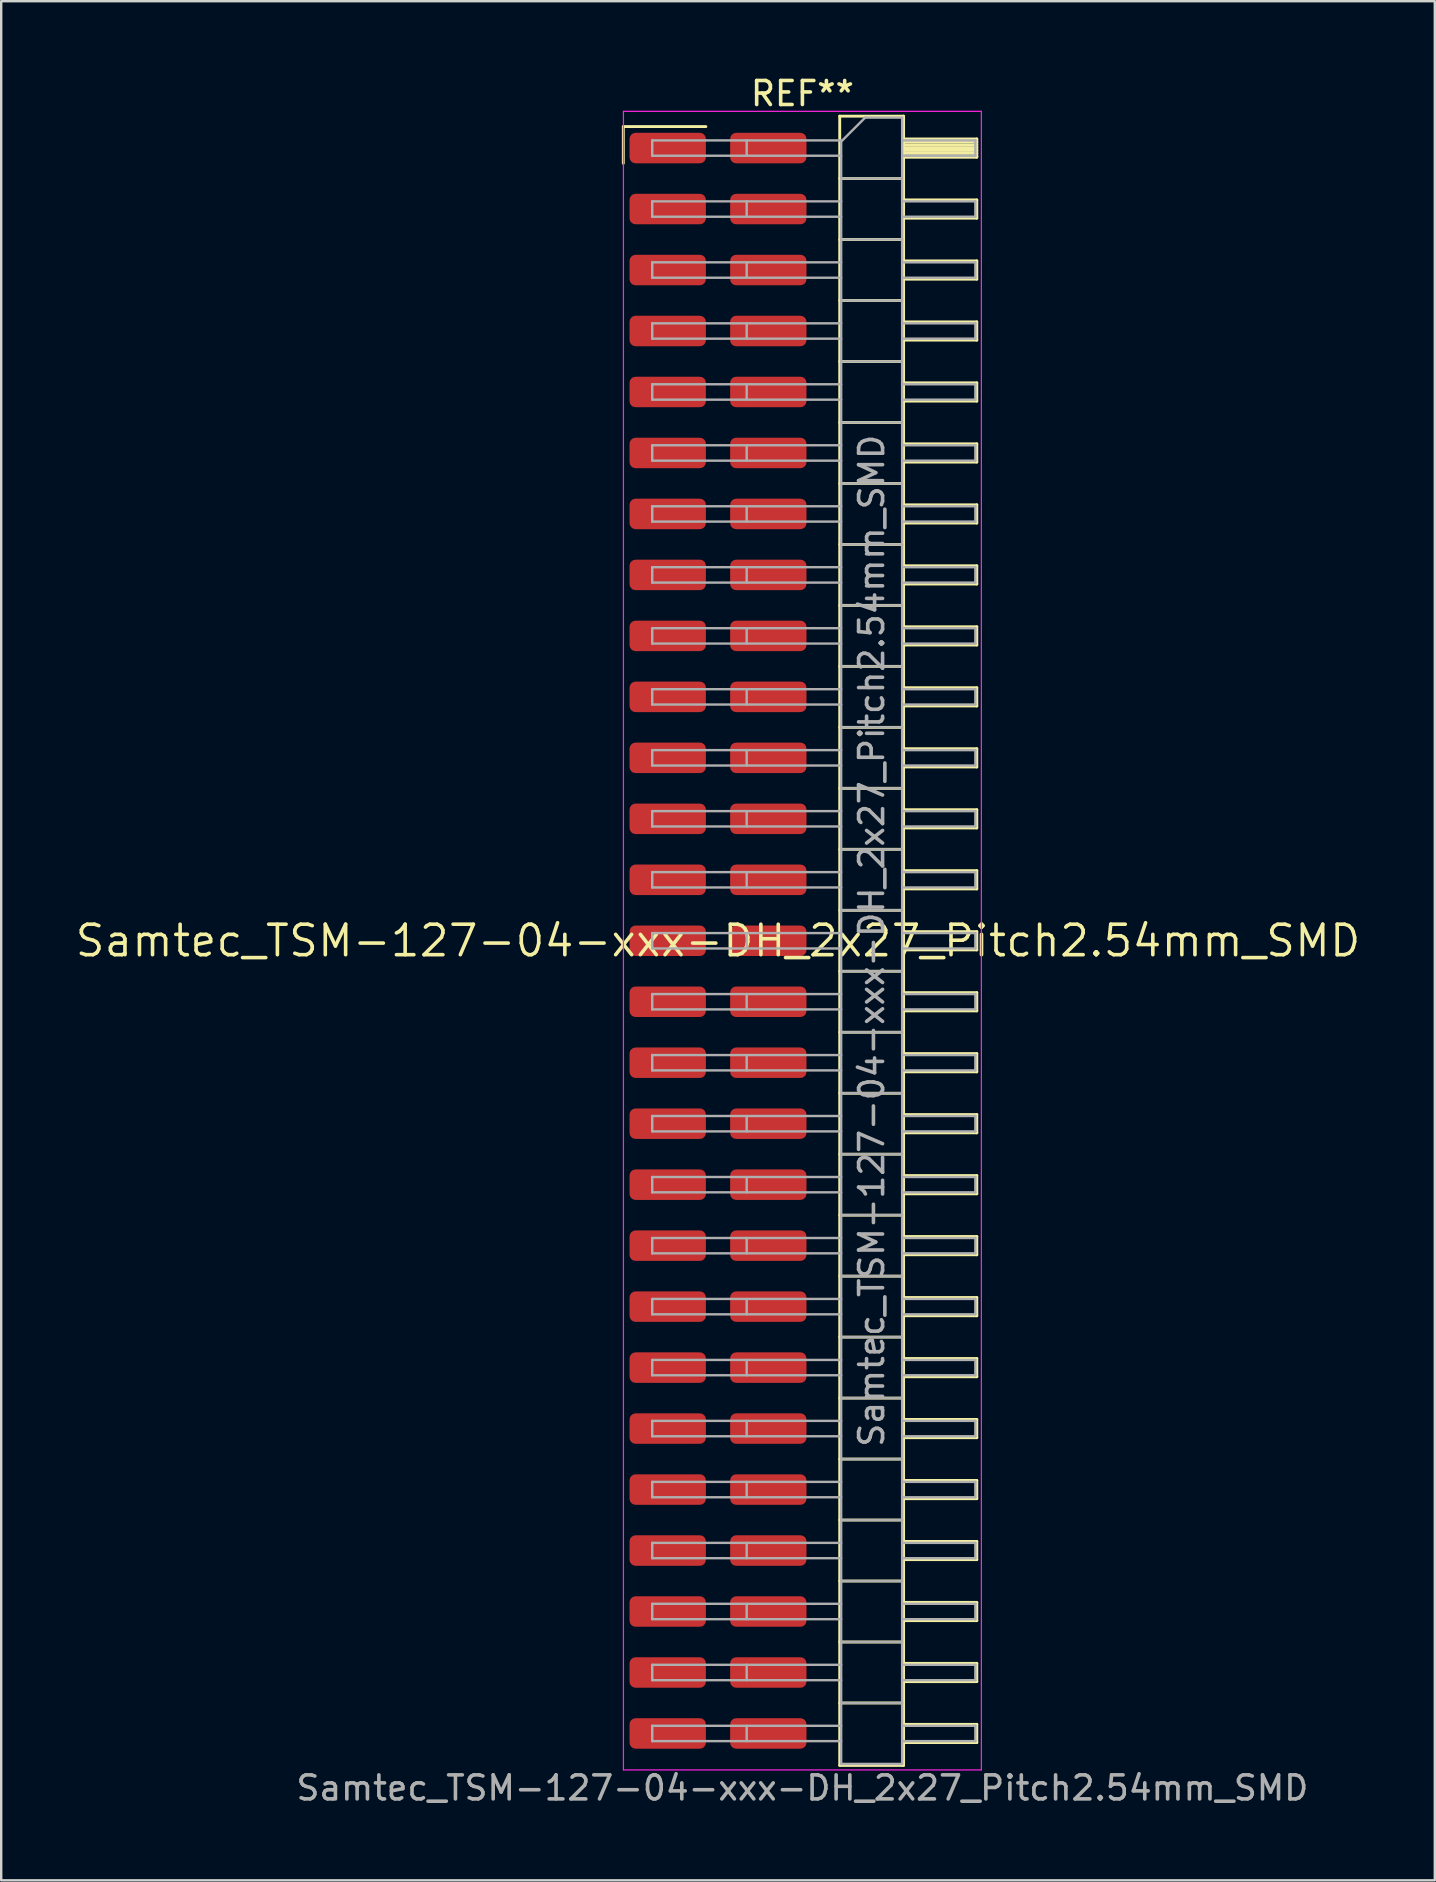
<source format=kicad_pcb>
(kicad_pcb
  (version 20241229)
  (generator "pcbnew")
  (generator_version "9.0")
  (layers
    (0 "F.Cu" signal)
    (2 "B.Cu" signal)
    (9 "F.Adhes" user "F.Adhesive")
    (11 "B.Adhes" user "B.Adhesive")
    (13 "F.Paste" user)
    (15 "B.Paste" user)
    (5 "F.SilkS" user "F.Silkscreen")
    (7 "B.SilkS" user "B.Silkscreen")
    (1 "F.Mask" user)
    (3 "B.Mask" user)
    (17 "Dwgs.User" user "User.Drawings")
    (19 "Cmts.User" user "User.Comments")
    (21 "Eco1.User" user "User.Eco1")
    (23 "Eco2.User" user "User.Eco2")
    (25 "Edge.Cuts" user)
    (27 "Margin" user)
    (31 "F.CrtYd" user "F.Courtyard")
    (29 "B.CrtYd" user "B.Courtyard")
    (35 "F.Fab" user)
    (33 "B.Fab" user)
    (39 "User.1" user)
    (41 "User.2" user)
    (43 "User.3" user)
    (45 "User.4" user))
  (footprint "Samtec_TSM-127-04-xxx-DH_2x27_Pitch2.54mm_SMD"
    (layer "F.Cu")
    (at 26.859 36.138)
    (property "Reference" "Samtec_TSM-127-04-xxx-DH_2x27_Pitch2.54mm_SMD" (at 0 0 0) (layer "F.SilkS") (effects (font (size 1.27 1.27) (thickness 0.15))))
    (attr smd)
    (fp_line (start -3.945 -33.915) (end -0.505 -33.915) (stroke (width 0.12) (type solid)) (layer "F.SilkS"))
    (fp_line (start -3.945 -32.385) (end -3.945 -33.915) (stroke (width 0.12) (type solid)) (layer "F.SilkS"))
    (fp_line (start 5.07 -34.35) (end 7.73 -34.35) (stroke (width 0.12) (type solid)) (layer "F.SilkS"))
    (fp_line (start 5.07 -31.75) (end 7.73 -31.75) (stroke (width 0.12) (type solid)) (layer "F.SilkS"))
    (fp_line (start 5.07 -29.21) (end 7.73 -29.21) (stroke (width 0.12) (type solid)) (layer "F.SilkS"))
    (fp_line (start 5.07 -26.67) (end 7.73 -26.67) (stroke (width 0.12) (type solid)) (layer "F.SilkS"))
    (fp_line (start 5.07 -24.13) (end 7.73 -24.13) (stroke (width 0.12) (type solid)) (layer "F.SilkS"))
    (fp_line (start 5.07 -21.59) (end 7.73 -21.59) (stroke (width 0.12) (type solid)) (layer "F.SilkS"))
    (fp_line (start 5.07 -19.05) (end 7.73 -19.05) (stroke (width 0.12) (type solid)) (layer "F.SilkS"))
    (fp_line (start 5.07 -16.51) (end 7.73 -16.51) (stroke (width 0.12) (type solid)) (layer "F.SilkS"))
    (fp_line (start 5.07 -13.97) (end 7.73 -13.97) (stroke (width 0.12) (type solid)) (layer "F.SilkS"))
    (fp_line (start 5.07 -11.43) (end 7.73 -11.43) (stroke (width 0.12) (type solid)) (layer "F.SilkS"))
    (fp_line (start 5.07 -8.89) (end 7.73 -8.89) (stroke (width 0.12) (type solid)) (layer "F.SilkS"))
    (fp_line (start 5.07 -6.35) (end 7.73 -6.35) (stroke (width 0.12) (type solid)) (layer "F.SilkS"))
    (fp_line (start 5.07 -3.81) (end 7.73 -3.81) (stroke (width 0.12) (type solid)) (layer "F.SilkS"))
    (fp_line (start 5.07 -1.27) (end 7.73 -1.27) (stroke (width 0.12) (type solid)) (layer "F.SilkS"))
    (fp_line (start 5.07 1.27) (end 7.73 1.27) (stroke (width 0.12) (type solid)) (layer "F.SilkS"))
    (fp_line (start 5.07 3.81) (end 7.73 3.81) (stroke (width 0.12) (type solid)) (layer "F.SilkS"))
    (fp_line (start 5.07 6.35) (end 7.73 6.35) (stroke (width 0.12) (type solid)) (layer "F.SilkS"))
    (fp_line (start 5.07 8.89) (end 7.73 8.89) (stroke (width 0.12) (type solid)) (layer "F.SilkS"))
    (fp_line (start 5.07 11.43) (end 7.73 11.43) (stroke (width 0.12) (type solid)) (layer "F.SilkS"))
    (fp_line (start 5.07 13.97) (end 7.73 13.97) (stroke (width 0.12) (type solid)) (layer "F.SilkS"))
    (fp_line (start 5.07 16.51) (end 7.73 16.51) (stroke (width 0.12) (type solid)) (layer "F.SilkS"))
    (fp_line (start 5.07 19.05) (end 7.73 19.05) (stroke (width 0.12) (type solid)) (layer "F.SilkS"))
    (fp_line (start 5.07 21.59) (end 7.73 21.59) (stroke (width 0.12) (type solid)) (layer "F.SilkS"))
    (fp_line (start 5.07 24.13) (end 7.73 24.13) (stroke (width 0.12) (type solid)) (layer "F.SilkS"))
    (fp_line (start 5.07 26.67) (end 7.73 26.67) (stroke (width 0.12) (type solid)) (layer "F.SilkS"))
    (fp_line (start 5.07 29.21) (end 7.73 29.21) (stroke (width 0.12) (type solid)) (layer "F.SilkS"))
    (fp_line (start 5.07 31.75) (end 7.73 31.75) (stroke (width 0.12) (type solid)) (layer "F.SilkS"))
    (fp_line (start 5.07 34.35) (end 5.07 -34.35) (stroke (width 0.12) (type solid)) (layer "F.SilkS"))
    (fp_line (start 7.73 -34.35) (end 7.73 34.35) (stroke (width 0.12) (type solid)) (layer "F.SilkS"))
    (fp_line (start 7.73 -33.4) (end 10.78 -33.4) (stroke (width 0.12) (type solid)) (layer "F.SilkS"))
    (fp_line (start 7.73 -33.28) (end 10.78 -33.28) (stroke (width 0.12) (type solid)) (layer "F.SilkS"))
    (fp_line (start 7.73 -33.16) (end 10.78 -33.16) (stroke (width 0.12) (type solid)) (layer "F.SilkS"))
    (fp_line (start 7.73 -33.04) (end 10.78 -33.04) (stroke (width 0.12) (type solid)) (layer "F.SilkS"))
    (fp_line (start 7.73 -32.92) (end 10.78 -32.92) (stroke (width 0.12) (type solid)) (layer "F.SilkS"))
    (fp_line (start 7.73 -32.8) (end 10.78 -32.8) (stroke (width 0.12) (type solid)) (layer "F.SilkS"))
    (fp_line (start 7.73 -32.68) (end 10.78 -32.68) (stroke (width 0.12) (type solid)) (layer "F.SilkS"))
    (fp_line (start 7.73 -32.64) (end 10.78 -32.64) (stroke (width 0.12) (type solid)) (layer "F.SilkS"))
    (fp_line (start 7.73 -30.86) (end 10.78 -30.86) (stroke (width 0.12) (type solid)) (layer "F.SilkS"))
    (fp_line (start 7.73 -30.1) (end 10.78 -30.1) (stroke (width 0.12) (type solid)) (layer "F.SilkS"))
    (fp_line (start 7.73 -28.32) (end 10.78 -28.32) (stroke (width 0.12) (type solid)) (layer "F.SilkS"))
    (fp_line (start 7.73 -27.56) (end 10.78 -27.56) (stroke (width 0.12) (type solid)) (layer "F.SilkS"))
    (fp_line (start 7.73 -25.78) (end 10.78 -25.78) (stroke (width 0.12) (type solid)) (layer "F.SilkS"))
    (fp_line (start 7.73 -25.02) (end 10.78 -25.02) (stroke (width 0.12) (type solid)) (layer "F.SilkS"))
    (fp_line (start 7.73 -23.24) (end 10.78 -23.24) (stroke (width 0.12) (type solid)) (layer "F.SilkS"))
    (fp_line (start 7.73 -22.48) (end 10.78 -22.48) (stroke (width 0.12) (type solid)) (layer "F.SilkS"))
    (fp_line (start 7.73 -20.7) (end 10.78 -20.7) (stroke (width 0.12) (type solid)) (layer "F.SilkS"))
    (fp_line (start 7.73 -19.94) (end 10.78 -19.94) (stroke (width 0.12) (type solid)) (layer "F.SilkS"))
    (fp_line (start 7.73 -18.16) (end 10.78 -18.16) (stroke (width 0.12) (type solid)) (layer "F.SilkS"))
    (fp_line (start 7.73 -17.4) (end 10.78 -17.4) (stroke (width 0.12) (type solid)) (layer "F.SilkS"))
    (fp_line (start 7.73 -15.62) (end 10.78 -15.62) (stroke (width 0.12) (type solid)) (layer "F.SilkS"))
    (fp_line (start 7.73 -14.86) (end 10.78 -14.86) (stroke (width 0.12) (type solid)) (layer "F.SilkS"))
    (fp_line (start 7.73 -13.08) (end 10.78 -13.08) (stroke (width 0.12) (type solid)) (layer "F.SilkS"))
    (fp_line (start 7.73 -12.32) (end 10.78 -12.32) (stroke (width 0.12) (type solid)) (layer "F.SilkS"))
    (fp_line (start 7.73 -10.54) (end 10.78 -10.54) (stroke (width 0.12) (type solid)) (layer "F.SilkS"))
    (fp_line (start 7.73 -9.78) (end 10.78 -9.78) (stroke (width 0.12) (type solid)) (layer "F.SilkS"))
    (fp_line (start 7.73 -8) (end 10.78 -8) (stroke (width 0.12) (type solid)) (layer "F.SilkS"))
    (fp_line (start 7.73 -7.24) (end 10.78 -7.24) (stroke (width 0.12) (type solid)) (layer "F.SilkS"))
    (fp_line (start 7.73 -5.46) (end 10.78 -5.46) (stroke (width 0.12) (type solid)) (layer "F.SilkS"))
    (fp_line (start 7.73 -4.7) (end 10.78 -4.7) (stroke (width 0.12) (type solid)) (layer "F.SilkS"))
    (fp_line (start 7.73 -2.92) (end 10.78 -2.92) (stroke (width 0.12) (type solid)) (layer "F.SilkS"))
    (fp_line (start 7.73 -2.16) (end 10.78 -2.16) (stroke (width 0.12) (type solid)) (layer "F.SilkS"))
    (fp_line (start 7.73 -0.38) (end 10.78 -0.38) (stroke (width 0.12) (type solid)) (layer "F.SilkS"))
    (fp_line (start 7.73 0.38) (end 10.78 0.38) (stroke (width 0.12) (type solid)) (layer "F.SilkS"))
    (fp_line (start 7.73 2.16) (end 10.78 2.16) (stroke (width 0.12) (type solid)) (layer "F.SilkS"))
    (fp_line (start 7.73 2.92) (end 10.78 2.92) (stroke (width 0.12) (type solid)) (layer "F.SilkS"))
    (fp_line (start 7.73 4.7) (end 10.78 4.7) (stroke (width 0.12) (type solid)) (layer "F.SilkS"))
    (fp_line (start 7.73 5.46) (end 10.78 5.46) (stroke (width 0.12) (type solid)) (layer "F.SilkS"))
    (fp_line (start 7.73 7.24) (end 10.78 7.24) (stroke (width 0.12) (type solid)) (layer "F.SilkS"))
    (fp_line (start 7.73 8) (end 10.78 8) (stroke (width 0.12) (type solid)) (layer "F.SilkS"))
    (fp_line (start 7.73 9.78) (end 10.78 9.78) (stroke (width 0.12) (type solid)) (layer "F.SilkS"))
    (fp_line (start 7.73 10.54) (end 10.78 10.54) (stroke (width 0.12) (type solid)) (layer "F.SilkS"))
    (fp_line (start 7.73 12.32) (end 10.78 12.32) (stroke (width 0.12) (type solid)) (layer "F.SilkS"))
    (fp_line (start 7.73 13.08) (end 10.78 13.08) (stroke (width 0.12) (type solid)) (layer "F.SilkS"))
    (fp_line (start 7.73 14.86) (end 10.78 14.86) (stroke (width 0.12) (type solid)) (layer "F.SilkS"))
    (fp_line (start 7.73 15.62) (end 10.78 15.62) (stroke (width 0.12) (type solid)) (layer "F.SilkS"))
    (fp_line (start 7.73 17.4) (end 10.78 17.4) (stroke (width 0.12) (type solid)) (layer "F.SilkS"))
    (fp_line (start 7.73 18.16) (end 10.78 18.16) (stroke (width 0.12) (type solid)) (layer "F.SilkS"))
    (fp_line (start 7.73 19.94) (end 10.78 19.94) (stroke (width 0.12) (type solid)) (layer "F.SilkS"))
    (fp_line (start 7.73 20.7) (end 10.78 20.7) (stroke (width 0.12) (type solid)) (layer "F.SilkS"))
    (fp_line (start 7.73 22.48) (end 10.78 22.48) (stroke (width 0.12) (type solid)) (layer "F.SilkS"))
    (fp_line (start 7.73 23.24) (end 10.78 23.24) (stroke (width 0.12) (type solid)) (layer "F.SilkS"))
    (fp_line (start 7.73 25.02) (end 10.78 25.02) (stroke (width 0.12) (type solid)) (layer "F.SilkS"))
    (fp_line (start 7.73 25.78) (end 10.78 25.78) (stroke (width 0.12) (type solid)) (layer "F.SilkS"))
    (fp_line (start 7.73 27.56) (end 10.78 27.56) (stroke (width 0.12) (type solid)) (layer "F.SilkS"))
    (fp_line (start 7.73 28.32) (end 10.78 28.32) (stroke (width 0.12) (type solid)) (layer "F.SilkS"))
    (fp_line (start 7.73 30.1) (end 10.78 30.1) (stroke (width 0.12) (type solid)) (layer "F.SilkS"))
    (fp_line (start 7.73 30.86) (end 10.78 30.86) (stroke (width 0.12) (type solid)) (layer "F.SilkS"))
    (fp_line (start 7.73 32.64) (end 10.78 32.64) (stroke (width 0.12) (type solid)) (layer "F.SilkS"))
    (fp_line (start 7.73 33.4) (end 10.78 33.4) (stroke (width 0.12) (type solid)) (layer "F.SilkS"))
    (fp_line (start 7.73 34.35) (end 5.07 34.35) (stroke (width 0.12) (type solid)) (layer "F.SilkS"))
    (fp_line (start 10.78 -33.4) (end 10.78 -32.64) (stroke (width 0.12) (type solid)) (layer "F.SilkS"))
    (fp_line (start 10.78 -30.86) (end 10.78 -30.1) (stroke (width 0.12) (type solid)) (layer "F.SilkS"))
    (fp_line (start 10.78 -28.32) (end 10.78 -27.56) (stroke (width 0.12) (type solid)) (layer "F.SilkS"))
    (fp_line (start 10.78 -25.78) (end 10.78 -25.02) (stroke (width 0.12) (type solid)) (layer "F.SilkS"))
    (fp_line (start 10.78 -23.24) (end 10.78 -22.48) (stroke (width 0.12) (type solid)) (layer "F.SilkS"))
    (fp_line (start 10.78 -20.7) (end 10.78 -19.94) (stroke (width 0.12) (type solid)) (layer "F.SilkS"))
    (fp_line (start 10.78 -18.16) (end 10.78 -17.4) (stroke (width 0.12) (type solid)) (layer "F.SilkS"))
    (fp_line (start 10.78 -15.62) (end 10.78 -14.86) (stroke (width 0.12) (type solid)) (layer "F.SilkS"))
    (fp_line (start 10.78 -13.08) (end 10.78 -12.32) (stroke (width 0.12) (type solid)) (layer "F.SilkS"))
    (fp_line (start 10.78 -10.54) (end 10.78 -9.78) (stroke (width 0.12) (type solid)) (layer "F.SilkS"))
    (fp_line (start 10.78 -8) (end 10.78 -7.24) (stroke (width 0.12) (type solid)) (layer "F.SilkS"))
    (fp_line (start 10.78 -5.46) (end 10.78 -4.7) (stroke (width 0.12) (type solid)) (layer "F.SilkS"))
    (fp_line (start 10.78 -2.92) (end 10.78 -2.16) (stroke (width 0.12) (type solid)) (layer "F.SilkS"))
    (fp_line (start 10.78 -0.38) (end 10.78 0.38) (stroke (width 0.12) (type solid)) (layer "F.SilkS"))
    (fp_line (start 10.78 2.16) (end 10.78 2.92) (stroke (width 0.12) (type solid)) (layer "F.SilkS"))
    (fp_line (start 10.78 4.7) (end 10.78 5.46) (stroke (width 0.12) (type solid)) (layer "F.SilkS"))
    (fp_line (start 10.78 7.24) (end 10.78 8) (stroke (width 0.12) (type solid)) (layer "F.SilkS"))
    (fp_line (start 10.78 9.78) (end 10.78 10.54) (stroke (width 0.12) (type solid)) (layer "F.SilkS"))
    (fp_line (start 10.78 12.32) (end 10.78 13.08) (stroke (width 0.12) (type solid)) (layer "F.SilkS"))
    (fp_line (start 10.78 14.86) (end 10.78 15.62) (stroke (width 0.12) (type solid)) (layer "F.SilkS"))
    (fp_line (start 10.78 17.4) (end 10.78 18.16) (stroke (width 0.12) (type solid)) (layer "F.SilkS"))
    (fp_line (start 10.78 19.94) (end 10.78 20.7) (stroke (width 0.12) (type solid)) (layer "F.SilkS"))
    (fp_line (start 10.78 22.48) (end 10.78 23.24) (stroke (width 0.12) (type solid)) (layer "F.SilkS"))
    (fp_line (start 10.78 25.02) (end 10.78 25.78) (stroke (width 0.12) (type solid)) (layer "F.SilkS"))
    (fp_line (start 10.78 27.56) (end 10.78 28.32) (stroke (width 0.12) (type solid)) (layer "F.SilkS"))
    (fp_line (start 10.78 30.1) (end 10.78 30.86) (stroke (width 0.12) (type solid)) (layer "F.SilkS"))
    (fp_line (start 10.78 32.64) (end 10.78 33.4) (stroke (width 0.12) (type solid)) (layer "F.SilkS"))
    (fp_line (start -3.94 -34.55) (end 10.97 -34.55) (stroke (width 0.05) (type solid)) (layer "F.CrtYd"))
    (fp_line (start -3.94 34.54) (end -3.94 -34.55) (stroke (width 0.05) (type solid)) (layer "F.CrtYd"))
    (fp_line (start 10.97 -34.55) (end 10.97 34.54) (stroke (width 0.05) (type solid)) (layer "F.CrtYd"))
    (fp_line (start 10.97 34.54) (end -3.94 34.54) (stroke (width 0.05) (type solid)) (layer "F.CrtYd"))
    (fp_line (start -2.74 -33.34) (end -2.74 -32.7) (stroke (width 0.1) (type solid)) (layer "F.Fab"))
    (fp_line (start -2.74 -33.34) (end 5.13 -33.34) (stroke (width 0.1) (type solid)) (layer "F.Fab"))
    (fp_line (start -2.74 -32.7) (end 5.13 -32.7) (stroke (width 0.1) (type solid)) (layer "F.Fab"))
    (fp_line (start -2.74 -30.8) (end -2.74 -30.16) (stroke (width 0.1) (type solid)) (layer "F.Fab"))
    (fp_line (start -2.74 -30.8) (end 5.13 -30.8) (stroke (width 0.1) (type solid)) (layer "F.Fab"))
    (fp_line (start -2.74 -30.16) (end 5.13 -30.16) (stroke (width 0.1) (type solid)) (layer "F.Fab"))
    (fp_line (start -2.74 -28.26) (end -2.74 -27.62) (stroke (width 0.1) (type solid)) (layer "F.Fab"))
    (fp_line (start -2.74 -28.26) (end 5.13 -28.26) (stroke (width 0.1) (type solid)) (layer "F.Fab"))
    (fp_line (start -2.74 -27.62) (end 5.13 -27.62) (stroke (width 0.1) (type solid)) (layer "F.Fab"))
    (fp_line (start -2.74 -25.72) (end -2.74 -25.08) (stroke (width 0.1) (type solid)) (layer "F.Fab"))
    (fp_line (start -2.74 -25.72) (end 5.13 -25.72) (stroke (width 0.1) (type solid)) (layer "F.Fab"))
    (fp_line (start -2.74 -25.08) (end 5.13 -25.08) (stroke (width 0.1) (type solid)) (layer "F.Fab"))
    (fp_line (start -2.74 -23.18) (end -2.74 -22.54) (stroke (width 0.1) (type solid)) (layer "F.Fab"))
    (fp_line (start -2.74 -23.18) (end 5.13 -23.18) (stroke (width 0.1) (type solid)) (layer "F.Fab"))
    (fp_line (start -2.74 -22.54) (end 5.13 -22.54) (stroke (width 0.1) (type solid)) (layer "F.Fab"))
    (fp_line (start -2.74 -20.64) (end -2.74 -20) (stroke (width 0.1) (type solid)) (layer "F.Fab"))
    (fp_line (start -2.74 -20.64) (end 5.13 -20.64) (stroke (width 0.1) (type solid)) (layer "F.Fab"))
    (fp_line (start -2.74 -20) (end 5.13 -20) (stroke (width 0.1) (type solid)) (layer "F.Fab"))
    (fp_line (start -2.74 -18.1) (end -2.74 -17.46) (stroke (width 0.1) (type solid)) (layer "F.Fab"))
    (fp_line (start -2.74 -18.1) (end 5.13 -18.1) (stroke (width 0.1) (type solid)) (layer "F.Fab"))
    (fp_line (start -2.74 -17.46) (end 5.13 -17.46) (stroke (width 0.1) (type solid)) (layer "F.Fab"))
    (fp_line (start -2.74 -15.56) (end -2.74 -14.92) (stroke (width 0.1) (type solid)) (layer "F.Fab"))
    (fp_line (start -2.74 -15.56) (end 5.13 -15.56) (stroke (width 0.1) (type solid)) (layer "F.Fab"))
    (fp_line (start -2.74 -14.92) (end 5.13 -14.92) (stroke (width 0.1) (type solid)) (layer "F.Fab"))
    (fp_line (start -2.74 -13.02) (end -2.74 -12.38) (stroke (width 0.1) (type solid)) (layer "F.Fab"))
    (fp_line (start -2.74 -13.02) (end 5.13 -13.02) (stroke (width 0.1) (type solid)) (layer "F.Fab"))
    (fp_line (start -2.74 -12.38) (end 5.13 -12.38) (stroke (width 0.1) (type solid)) (layer "F.Fab"))
    (fp_line (start -2.74 -10.48) (end -2.74 -9.84) (stroke (width 0.1) (type solid)) (layer "F.Fab"))
    (fp_line (start -2.74 -10.48) (end 5.13 -10.48) (stroke (width 0.1) (type solid)) (layer "F.Fab"))
    (fp_line (start -2.74 -9.84) (end 5.13 -9.84) (stroke (width 0.1) (type solid)) (layer "F.Fab"))
    (fp_line (start -2.74 -7.94) (end -2.74 -7.3) (stroke (width 0.1) (type solid)) (layer "F.Fab"))
    (fp_line (start -2.74 -7.94) (end 5.13 -7.94) (stroke (width 0.1) (type solid)) (layer "F.Fab"))
    (fp_line (start -2.74 -7.3) (end 5.13 -7.3) (stroke (width 0.1) (type solid)) (layer "F.Fab"))
    (fp_line (start -2.74 -5.4) (end -2.74 -4.76) (stroke (width 0.1) (type solid)) (layer "F.Fab"))
    (fp_line (start -2.74 -5.4) (end 5.13 -5.4) (stroke (width 0.1) (type solid)) (layer "F.Fab"))
    (fp_line (start -2.74 -4.76) (end 5.13 -4.76) (stroke (width 0.1) (type solid)) (layer "F.Fab"))
    (fp_line (start -2.74 -2.86) (end -2.74 -2.22) (stroke (width 0.1) (type solid)) (layer "F.Fab"))
    (fp_line (start -2.74 -2.86) (end 5.13 -2.86) (stroke (width 0.1) (type solid)) (layer "F.Fab"))
    (fp_line (start -2.74 -2.22) (end 5.13 -2.22) (stroke (width 0.1) (type solid)) (layer "F.Fab"))
    (fp_line (start -2.74 -0.32) (end -2.74 0.32) (stroke (width 0.1) (type solid)) (layer "F.Fab"))
    (fp_line (start -2.74 -0.32) (end 5.13 -0.32) (stroke (width 0.1) (type solid)) (layer "F.Fab"))
    (fp_line (start -2.74 0.32) (end 5.13 0.32) (stroke (width 0.1) (type solid)) (layer "F.Fab"))
    (fp_line (start -2.74 2.22) (end -2.74 2.86) (stroke (width 0.1) (type solid)) (layer "F.Fab"))
    (fp_line (start -2.74 2.22) (end 5.13 2.22) (stroke (width 0.1) (type solid)) (layer "F.Fab"))
    (fp_line (start -2.74 2.86) (end 5.13 2.86) (stroke (width 0.1) (type solid)) (layer "F.Fab"))
    (fp_line (start -2.74 4.76) (end -2.74 5.4) (stroke (width 0.1) (type solid)) (layer "F.Fab"))
    (fp_line (start -2.74 4.76) (end 5.13 4.76) (stroke (width 0.1) (type solid)) (layer "F.Fab"))
    (fp_line (start -2.74 5.4) (end 5.13 5.4) (stroke (width 0.1) (type solid)) (layer "F.Fab"))
    (fp_line (start -2.74 7.3) (end -2.74 7.94) (stroke (width 0.1) (type solid)) (layer "F.Fab"))
    (fp_line (start -2.74 7.3) (end 5.13 7.3) (stroke (width 0.1) (type solid)) (layer "F.Fab"))
    (fp_line (start -2.74 7.94) (end 5.13 7.94) (stroke (width 0.1) (type solid)) (layer "F.Fab"))
    (fp_line (start -2.74 9.84) (end -2.74 10.48) (stroke (width 0.1) (type solid)) (layer "F.Fab"))
    (fp_line (start -2.74 9.84) (end 5.13 9.84) (stroke (width 0.1) (type solid)) (layer "F.Fab"))
    (fp_line (start -2.74 10.48) (end 5.13 10.48) (stroke (width 0.1) (type solid)) (layer "F.Fab"))
    (fp_line (start -2.74 12.38) (end -2.74 13.02) (stroke (width 0.1) (type solid)) (layer "F.Fab"))
    (fp_line (start -2.74 12.38) (end 5.13 12.38) (stroke (width 0.1) (type solid)) (layer "F.Fab"))
    (fp_line (start -2.74 13.02) (end 5.13 13.02) (stroke (width 0.1) (type solid)) (layer "F.Fab"))
    (fp_line (start -2.74 14.92) (end -2.74 15.56) (stroke (width 0.1) (type solid)) (layer "F.Fab"))
    (fp_line (start -2.74 14.92) (end 5.13 14.92) (stroke (width 0.1) (type solid)) (layer "F.Fab"))
    (fp_line (start -2.74 15.56) (end 5.13 15.56) (stroke (width 0.1) (type solid)) (layer "F.Fab"))
    (fp_line (start -2.74 17.46) (end -2.74 18.1) (stroke (width 0.1) (type solid)) (layer "F.Fab"))
    (fp_line (start -2.74 17.46) (end 5.13 17.46) (stroke (width 0.1) (type solid)) (layer "F.Fab"))
    (fp_line (start -2.74 18.1) (end 5.13 18.1) (stroke (width 0.1) (type solid)) (layer "F.Fab"))
    (fp_line (start -2.74 20) (end -2.74 20.64) (stroke (width 0.1) (type solid)) (layer "F.Fab"))
    (fp_line (start -2.74 20) (end 5.13 20) (stroke (width 0.1) (type solid)) (layer "F.Fab"))
    (fp_line (start -2.74 20.64) (end 5.13 20.64) (stroke (width 0.1) (type solid)) (layer "F.Fab"))
    (fp_line (start -2.74 22.54) (end -2.74 23.18) (stroke (width 0.1) (type solid)) (layer "F.Fab"))
    (fp_line (start -2.74 22.54) (end 5.13 22.54) (stroke (width 0.1) (type solid)) (layer "F.Fab"))
    (fp_line (start -2.74 23.18) (end 5.13 23.18) (stroke (width 0.1) (type solid)) (layer "F.Fab"))
    (fp_line (start -2.74 25.08) (end -2.74 25.72) (stroke (width 0.1) (type solid)) (layer "F.Fab"))
    (fp_line (start -2.74 25.08) (end 5.13 25.08) (stroke (width 0.1) (type solid)) (layer "F.Fab"))
    (fp_line (start -2.74 25.72) (end 5.13 25.72) (stroke (width 0.1) (type solid)) (layer "F.Fab"))
    (fp_line (start -2.74 27.62) (end -2.74 28.26) (stroke (width 0.1) (type solid)) (layer "F.Fab"))
    (fp_line (start -2.74 27.62) (end 5.13 27.62) (stroke (width 0.1) (type solid)) (layer "F.Fab"))
    (fp_line (start -2.74 28.26) (end 5.13 28.26) (stroke (width 0.1) (type solid)) (layer "F.Fab"))
    (fp_line (start -2.74 30.16) (end -2.74 30.8) (stroke (width 0.1) (type solid)) (layer "F.Fab"))
    (fp_line (start -2.74 30.16) (end 5.13 30.16) (stroke (width 0.1) (type solid)) (layer "F.Fab"))
    (fp_line (start -2.74 30.8) (end 5.13 30.8) (stroke (width 0.1) (type solid)) (layer "F.Fab"))
    (fp_line (start -2.74 32.7) (end -2.74 33.34) (stroke (width 0.1) (type solid)) (layer "F.Fab"))
    (fp_line (start -2.74 32.7) (end 5.13 32.7) (stroke (width 0.1) (type solid)) (layer "F.Fab"))
    (fp_line (start -2.74 33.34) (end 5.13 33.34) (stroke (width 0.1) (type solid)) (layer "F.Fab"))
    (fp_line (start 1.195 -33.34) (end 1.195 -32.7) (stroke (width 0.1) (type solid)) (layer "F.Fab"))
    (fp_line (start 1.195 -30.8) (end 1.195 -30.16) (stroke (width 0.1) (type solid)) (layer "F.Fab"))
    (fp_line (start 1.195 -28.26) (end 1.195 -27.62) (stroke (width 0.1) (type solid)) (layer "F.Fab"))
    (fp_line (start 1.195 -25.72) (end 1.195 -25.08) (stroke (width 0.1) (type solid)) (layer "F.Fab"))
    (fp_line (start 1.195 -23.18) (end 1.195 -22.54) (stroke (width 0.1) (type solid)) (layer "F.Fab"))
    (fp_line (start 1.195 -20.64) (end 1.195 -20) (stroke (width 0.1) (type solid)) (layer "F.Fab"))
    (fp_line (start 1.195 -18.1) (end 1.195 -17.46) (stroke (width 0.1) (type solid)) (layer "F.Fab"))
    (fp_line (start 1.195 -15.56) (end 1.195 -14.92) (stroke (width 0.1) (type solid)) (layer "F.Fab"))
    (fp_line (start 1.195 -13.02) (end 1.195 -12.38) (stroke (width 0.1) (type solid)) (layer "F.Fab"))
    (fp_line (start 1.195 -10.48) (end 1.195 -9.84) (stroke (width 0.1) (type solid)) (layer "F.Fab"))
    (fp_line (start 1.195 -7.94) (end 1.195 -7.3) (stroke (width 0.1) (type solid)) (layer "F.Fab"))
    (fp_line (start 1.195 -5.4) (end 1.195 -4.76) (stroke (width 0.1) (type solid)) (layer "F.Fab"))
    (fp_line (start 1.195 -2.86) (end 1.195 -2.22) (stroke (width 0.1) (type solid)) (layer "F.Fab"))
    (fp_line (start 1.195 -0.32) (end 1.195 0.32) (stroke (width 0.1) (type solid)) (layer "F.Fab"))
    (fp_line (start 1.195 2.22) (end 1.195 2.86) (stroke (width 0.1) (type solid)) (layer "F.Fab"))
    (fp_line (start 1.195 4.76) (end 1.195 5.4) (stroke (width 0.1) (type solid)) (layer "F.Fab"))
    (fp_line (start 1.195 7.3) (end 1.195 7.94) (stroke (width 0.1) (type solid)) (layer "F.Fab"))
    (fp_line (start 1.195 9.84) (end 1.195 10.48) (stroke (width 0.1) (type solid)) (layer "F.Fab"))
    (fp_line (start 1.195 12.38) (end 1.195 13.02) (stroke (width 0.1) (type solid)) (layer "F.Fab"))
    (fp_line (start 1.195 14.92) (end 1.195 15.56) (stroke (width 0.1) (type solid)) (layer "F.Fab"))
    (fp_line (start 1.195 17.46) (end 1.195 18.1) (stroke (width 0.1) (type solid)) (layer "F.Fab"))
    (fp_line (start 1.195 20) (end 1.195 20.64) (stroke (width 0.1) (type solid)) (layer "F.Fab"))
    (fp_line (start 1.195 22.54) (end 1.195 23.18) (stroke (width 0.1) (type solid)) (layer "F.Fab"))
    (fp_line (start 1.195 25.08) (end 1.195 25.72) (stroke (width 0.1) (type solid)) (layer "F.Fab"))
    (fp_line (start 1.195 27.62) (end 1.195 28.26) (stroke (width 0.1) (type solid)) (layer "F.Fab"))
    (fp_line (start 1.195 30.16) (end 1.195 30.8) (stroke (width 0.1) (type solid)) (layer "F.Fab"))
    (fp_line (start 1.195 32.7) (end 1.195 33.34) (stroke (width 0.1) (type solid)) (layer "F.Fab"))
    (fp_line (start 5.13 -33.29) (end 6.13 -34.29) (stroke (width 0.1) (type solid)) (layer "F.Fab"))
    (fp_line (start 5.13 -31.75) (end 7.67 -31.75) (stroke (width 0.1) (type solid)) (layer "F.Fab"))
    (fp_line (start 5.13 -29.21) (end 7.67 -29.21) (stroke (width 0.1) (type solid)) (layer "F.Fab"))
    (fp_line (start 5.13 -26.67) (end 7.67 -26.67) (stroke (width 0.1) (type solid)) (layer "F.Fab"))
    (fp_line (start 5.13 -24.13) (end 7.67 -24.13) (stroke (width 0.1) (type solid)) (layer "F.Fab"))
    (fp_line (start 5.13 -21.59) (end 7.67 -21.59) (stroke (width 0.1) (type solid)) (layer "F.Fab"))
    (fp_line (start 5.13 -19.05) (end 7.67 -19.05) (stroke (width 0.1) (type solid)) (layer "F.Fab"))
    (fp_line (start 5.13 -16.51) (end 7.67 -16.51) (stroke (width 0.1) (type solid)) (layer "F.Fab"))
    (fp_line (start 5.13 -13.97) (end 7.67 -13.97) (stroke (width 0.1) (type solid)) (layer "F.Fab"))
    (fp_line (start 5.13 -11.43) (end 7.67 -11.43) (stroke (width 0.1) (type solid)) (layer "F.Fab"))
    (fp_line (start 5.13 -8.89) (end 7.67 -8.89) (stroke (width 0.1) (type solid)) (layer "F.Fab"))
    (fp_line (start 5.13 -6.35) (end 7.67 -6.35) (stroke (width 0.1) (type solid)) (layer "F.Fab"))
    (fp_line (start 5.13 -3.81) (end 7.67 -3.81) (stroke (width 0.1) (type solid)) (layer "F.Fab"))
    (fp_line (start 5.13 -1.27) (end 7.67 -1.27) (stroke (width 0.1) (type solid)) (layer "F.Fab"))
    (fp_line (start 5.13 1.27) (end 7.67 1.27) (stroke (width 0.1) (type solid)) (layer "F.Fab"))
    (fp_line (start 5.13 3.81) (end 7.67 3.81) (stroke (width 0.1) (type solid)) (layer "F.Fab"))
    (fp_line (start 5.13 6.35) (end 7.67 6.35) (stroke (width 0.1) (type solid)) (layer "F.Fab"))
    (fp_line (start 5.13 8.89) (end 7.67 8.89) (stroke (width 0.1) (type solid)) (layer "F.Fab"))
    (fp_line (start 5.13 11.43) (end 7.67 11.43) (stroke (width 0.1) (type solid)) (layer "F.Fab"))
    (fp_line (start 5.13 13.97) (end 7.67 13.97) (stroke (width 0.1) (type solid)) (layer "F.Fab"))
    (fp_line (start 5.13 16.51) (end 7.67 16.51) (stroke (width 0.1) (type solid)) (layer "F.Fab"))
    (fp_line (start 5.13 19.05) (end 7.67 19.05) (stroke (width 0.1) (type solid)) (layer "F.Fab"))
    (fp_line (start 5.13 21.59) (end 7.67 21.59) (stroke (width 0.1) (type solid)) (layer "F.Fab"))
    (fp_line (start 5.13 24.13) (end 7.67 24.13) (stroke (width 0.1) (type solid)) (layer "F.Fab"))
    (fp_line (start 5.13 26.67) (end 7.67 26.67) (stroke (width 0.1) (type solid)) (layer "F.Fab"))
    (fp_line (start 5.13 29.21) (end 7.67 29.21) (stroke (width 0.1) (type solid)) (layer "F.Fab"))
    (fp_line (start 5.13 31.75) (end 7.67 31.75) (stroke (width 0.1) (type solid)) (layer "F.Fab"))
    (fp_line (start 5.13 34.29) (end 5.13 -33.29) (stroke (width 0.1) (type solid)) (layer "F.Fab"))
    (fp_line (start 6.13 -34.29) (end 7.67 -34.29) (stroke (width 0.1) (type solid)) (layer "F.Fab"))
    (fp_line (start 7.67 -34.29) (end 7.67 34.29) (stroke (width 0.1) (type solid)) (layer "F.Fab"))
    (fp_line (start 7.67 -33.34) (end 10.72 -33.34) (stroke (width 0.1) (type solid)) (layer "F.Fab"))
    (fp_line (start 7.67 -32.7) (end 10.72 -32.7) (stroke (width 0.1) (type solid)) (layer "F.Fab"))
    (fp_line (start 7.67 -30.8) (end 10.72 -30.8) (stroke (width 0.1) (type solid)) (layer "F.Fab"))
    (fp_line (start 7.67 -30.16) (end 10.72 -30.16) (stroke (width 0.1) (type solid)) (layer "F.Fab"))
    (fp_line (start 7.67 -28.26) (end 10.72 -28.26) (stroke (width 0.1) (type solid)) (layer "F.Fab"))
    (fp_line (start 7.67 -27.62) (end 10.72 -27.62) (stroke (width 0.1) (type solid)) (layer "F.Fab"))
    (fp_line (start 7.67 -25.72) (end 10.72 -25.72) (stroke (width 0.1) (type solid)) (layer "F.Fab"))
    (fp_line (start 7.67 -25.08) (end 10.72 -25.08) (stroke (width 0.1) (type solid)) (layer "F.Fab"))
    (fp_line (start 7.67 -23.18) (end 10.72 -23.18) (stroke (width 0.1) (type solid)) (layer "F.Fab"))
    (fp_line (start 7.67 -22.54) (end 10.72 -22.54) (stroke (width 0.1) (type solid)) (layer "F.Fab"))
    (fp_line (start 7.67 -20.64) (end 10.72 -20.64) (stroke (width 0.1) (type solid)) (layer "F.Fab"))
    (fp_line (start 7.67 -20) (end 10.72 -20) (stroke (width 0.1) (type solid)) (layer "F.Fab"))
    (fp_line (start 7.67 -18.1) (end 10.72 -18.1) (stroke (width 0.1) (type solid)) (layer "F.Fab"))
    (fp_line (start 7.67 -17.46) (end 10.72 -17.46) (stroke (width 0.1) (type solid)) (layer "F.Fab"))
    (fp_line (start 7.67 -15.56) (end 10.72 -15.56) (stroke (width 0.1) (type solid)) (layer "F.Fab"))
    (fp_line (start 7.67 -14.92) (end 10.72 -14.92) (stroke (width 0.1) (type solid)) (layer "F.Fab"))
    (fp_line (start 7.67 -13.02) (end 10.72 -13.02) (stroke (width 0.1) (type solid)) (layer "F.Fab"))
    (fp_line (start 7.67 -12.38) (end 10.72 -12.38) (stroke (width 0.1) (type solid)) (layer "F.Fab"))
    (fp_line (start 7.67 -10.48) (end 10.72 -10.48) (stroke (width 0.1) (type solid)) (layer "F.Fab"))
    (fp_line (start 7.67 -9.84) (end 10.72 -9.84) (stroke (width 0.1) (type solid)) (layer "F.Fab"))
    (fp_line (start 7.67 -7.94) (end 10.72 -7.94) (stroke (width 0.1) (type solid)) (layer "F.Fab"))
    (fp_line (start 7.67 -7.3) (end 10.72 -7.3) (stroke (width 0.1) (type solid)) (layer "F.Fab"))
    (fp_line (start 7.67 -5.4) (end 10.72 -5.4) (stroke (width 0.1) (type solid)) (layer "F.Fab"))
    (fp_line (start 7.67 -4.76) (end 10.72 -4.76) (stroke (width 0.1) (type solid)) (layer "F.Fab"))
    (fp_line (start 7.67 -2.86) (end 10.72 -2.86) (stroke (width 0.1) (type solid)) (layer "F.Fab"))
    (fp_line (start 7.67 -2.22) (end 10.72 -2.22) (stroke (width 0.1) (type solid)) (layer "F.Fab"))
    (fp_line (start 7.67 -0.32) (end 10.72 -0.32) (stroke (width 0.1) (type solid)) (layer "F.Fab"))
    (fp_line (start 7.67 0.32) (end 10.72 0.32) (stroke (width 0.1) (type solid)) (layer "F.Fab"))
    (fp_line (start 7.67 2.22) (end 10.72 2.22) (stroke (width 0.1) (type solid)) (layer "F.Fab"))
    (fp_line (start 7.67 2.86) (end 10.72 2.86) (stroke (width 0.1) (type solid)) (layer "F.Fab"))
    (fp_line (start 7.67 4.76) (end 10.72 4.76) (stroke (width 0.1) (type solid)) (layer "F.Fab"))
    (fp_line (start 7.67 5.4) (end 10.72 5.4) (stroke (width 0.1) (type solid)) (layer "F.Fab"))
    (fp_line (start 7.67 7.3) (end 10.72 7.3) (stroke (width 0.1) (type solid)) (layer "F.Fab"))
    (fp_line (start 7.67 7.94) (end 10.72 7.94) (stroke (width 0.1) (type solid)) (layer "F.Fab"))
    (fp_line (start 7.67 9.84) (end 10.72 9.84) (stroke (width 0.1) (type solid)) (layer "F.Fab"))
    (fp_line (start 7.67 10.48) (end 10.72 10.48) (stroke (width 0.1) (type solid)) (layer "F.Fab"))
    (fp_line (start 7.67 12.38) (end 10.72 12.38) (stroke (width 0.1) (type solid)) (layer "F.Fab"))
    (fp_line (start 7.67 13.02) (end 10.72 13.02) (stroke (width 0.1) (type solid)) (layer "F.Fab"))
    (fp_line (start 7.67 14.92) (end 10.72 14.92) (stroke (width 0.1) (type solid)) (layer "F.Fab"))
    (fp_line (start 7.67 15.56) (end 10.72 15.56) (stroke (width 0.1) (type solid)) (layer "F.Fab"))
    (fp_line (start 7.67 17.46) (end 10.72 17.46) (stroke (width 0.1) (type solid)) (layer "F.Fab"))
    (fp_line (start 7.67 18.1) (end 10.72 18.1) (stroke (width 0.1) (type solid)) (layer "F.Fab"))
    (fp_line (start 7.67 20) (end 10.72 20) (stroke (width 0.1) (type solid)) (layer "F.Fab"))
    (fp_line (start 7.67 20.64) (end 10.72 20.64) (stroke (width 0.1) (type solid)) (layer "F.Fab"))
    (fp_line (start 7.67 22.54) (end 10.72 22.54) (stroke (width 0.1) (type solid)) (layer "F.Fab"))
    (fp_line (start 7.67 23.18) (end 10.72 23.18) (stroke (width 0.1) (type solid)) (layer "F.Fab"))
    (fp_line (start 7.67 25.08) (end 10.72 25.08) (stroke (width 0.1) (type solid)) (layer "F.Fab"))
    (fp_line (start 7.67 25.72) (end 10.72 25.72) (stroke (width 0.1) (type solid)) (layer "F.Fab"))
    (fp_line (start 7.67 27.62) (end 10.72 27.62) (stroke (width 0.1) (type solid)) (layer "F.Fab"))
    (fp_line (start 7.67 28.26) (end 10.72 28.26) (stroke (width 0.1) (type solid)) (layer "F.Fab"))
    (fp_line (start 7.67 30.16) (end 10.72 30.16) (stroke (width 0.1) (type solid)) (layer "F.Fab"))
    (fp_line (start 7.67 30.8) (end 10.72 30.8) (stroke (width 0.1) (type solid)) (layer "F.Fab"))
    (fp_line (start 7.67 32.7) (end 10.72 32.7) (stroke (width 0.1) (type solid)) (layer "F.Fab"))
    (fp_line (start 7.67 33.34) (end 10.72 33.34) (stroke (width 0.1) (type solid)) (layer "F.Fab"))
    (fp_line (start 7.67 34.29) (end 5.13 34.29) (stroke (width 0.1) (type solid)) (layer "F.Fab"))
    (fp_line (start 10.72 -33.34) (end 10.72 -32.7) (stroke (width 0.1) (type solid)) (layer "F.Fab"))
    (fp_line (start 10.72 -30.8) (end 10.72 -30.16) (stroke (width 0.1) (type solid)) (layer "F.Fab"))
    (fp_line (start 10.72 -28.26) (end 10.72 -27.62) (stroke (width 0.1) (type solid)) (layer "F.Fab"))
    (fp_line (start 10.72 -25.72) (end 10.72 -25.08) (stroke (width 0.1) (type solid)) (layer "F.Fab"))
    (fp_line (start 10.72 -23.18) (end 10.72 -22.54) (stroke (width 0.1) (type solid)) (layer "F.Fab"))
    (fp_line (start 10.72 -20.64) (end 10.72 -20) (stroke (width 0.1) (type solid)) (layer "F.Fab"))
    (fp_line (start 10.72 -18.1) (end 10.72 -17.46) (stroke (width 0.1) (type solid)) (layer "F.Fab"))
    (fp_line (start 10.72 -15.56) (end 10.72 -14.92) (stroke (width 0.1) (type solid)) (layer "F.Fab"))
    (fp_line (start 10.72 -13.02) (end 10.72 -12.38) (stroke (width 0.1) (type solid)) (layer "F.Fab"))
    (fp_line (start 10.72 -10.48) (end 10.72 -9.84) (stroke (width 0.1) (type solid)) (layer "F.Fab"))
    (fp_line (start 10.72 -7.94) (end 10.72 -7.3) (stroke (width 0.1) (type solid)) (layer "F.Fab"))
    (fp_line (start 10.72 -5.4) (end 10.72 -4.76) (stroke (width 0.1) (type solid)) (layer "F.Fab"))
    (fp_line (start 10.72 -2.86) (end 10.72 -2.22) (stroke (width 0.1) (type solid)) (layer "F.Fab"))
    (fp_line (start 10.72 -0.32) (end 10.72 0.32) (stroke (width 0.1) (type solid)) (layer "F.Fab"))
    (fp_line (start 10.72 2.22) (end 10.72 2.86) (stroke (width 0.1) (type solid)) (layer "F.Fab"))
    (fp_line (start 10.72 4.76) (end 10.72 5.4) (stroke (width 0.1) (type solid)) (layer "F.Fab"))
    (fp_line (start 10.72 7.3) (end 10.72 7.94) (stroke (width 0.1) (type solid)) (layer "F.Fab"))
    (fp_line (start 10.72 9.84) (end 10.72 10.48) (stroke (width 0.1) (type solid)) (layer "F.Fab"))
    (fp_line (start 10.72 12.38) (end 10.72 13.02) (stroke (width 0.1) (type solid)) (layer "F.Fab"))
    (fp_line (start 10.72 14.92) (end 10.72 15.56) (stroke (width 0.1) (type solid)) (layer "F.Fab"))
    (fp_line (start 10.72 17.46) (end 10.72 18.1) (stroke (width 0.1) (type solid)) (layer "F.Fab"))
    (fp_line (start 10.72 20) (end 10.72 20.64) (stroke (width 0.1) (type solid)) (layer "F.Fab"))
    (fp_line (start 10.72 22.54) (end 10.72 23.18) (stroke (width 0.1) (type solid)) (layer "F.Fab"))
    (fp_line (start 10.72 25.08) (end 10.72 25.72) (stroke (width 0.1) (type solid)) (layer "F.Fab"))
    (fp_line (start 10.72 27.62) (end 10.72 28.26) (stroke (width 0.1) (type solid)) (layer "F.Fab"))
    (fp_line (start 10.72 30.16) (end 10.72 30.8) (stroke (width 0.1) (type solid)) (layer "F.Fab"))
    (fp_line (start 10.72 32.7) (end 10.72 33.34) (stroke (width 0.1) (type solid)) (layer "F.Fab"))
    (fp_text user "REF**" (at 3.515 -35.29 0) (layer "F.SilkS") (effects (font (size 1 1) (thickness 0.15))))
    (fp_text user "Samtec_TSM-127-04-xxx-DH_2x27_Pitch2.54mm_SMD" (at 3.515 35.29 0) (layer "F.Fab") (effects (font (size 1 1) (thickness 0.15))))
    (fp_text user "${REFERENCE}" (at 6.4 0 90) (layer "F.Fab") (effects (font (size 1 1) (thickness 0.15))))
    (pad "1" smd roundrect (at -2.095 -33.02) (size 3.18 1.27) (layers "F.Cu" "F.Mask" "F.Paste") (roundrect_rratio 0.197))
    (pad "2" smd roundrect (at 2.095 -33.02) (size 3.18 1.27) (layers "F.Cu" "F.Mask" "F.Paste") (roundrect_rratio 0.197))
    (pad "3" smd roundrect (at -2.095 -30.48) (size 3.18 1.27) (layers "F.Cu" "F.Mask" "F.Paste") (roundrect_rratio 0.197))
    (pad "4" smd roundrect (at 2.095 -30.48) (size 3.18 1.27) (layers "F.Cu" "F.Mask" "F.Paste") (roundrect_rratio 0.197))
    (pad "5" smd roundrect (at -2.095 -27.94) (size 3.18 1.27) (layers "F.Cu" "F.Mask" "F.Paste") (roundrect_rratio 0.197))
    (pad "6" smd roundrect (at 2.095 -27.94) (size 3.18 1.27) (layers "F.Cu" "F.Mask" "F.Paste") (roundrect_rratio 0.197))
    (pad "7" smd roundrect (at -2.095 -25.4) (size 3.18 1.27) (layers "F.Cu" "F.Mask" "F.Paste") (roundrect_rratio 0.197))
    (pad "8" smd roundrect (at 2.095 -25.4) (size 3.18 1.27) (layers "F.Cu" "F.Mask" "F.Paste") (roundrect_rratio 0.197))
    (pad "9" smd roundrect (at -2.095 -22.86) (size 3.18 1.27) (layers "F.Cu" "F.Mask" "F.Paste") (roundrect_rratio 0.197))
    (pad "10" smd roundrect (at 2.095 -22.86) (size 3.18 1.27) (layers "F.Cu" "F.Mask" "F.Paste") (roundrect_rratio 0.197))
    (pad "11" smd roundrect (at -2.095 -20.32) (size 3.18 1.27) (layers "F.Cu" "F.Mask" "F.Paste") (roundrect_rratio 0.197))
    (pad "12" smd roundrect (at 2.095 -20.32) (size 3.18 1.27) (layers "F.Cu" "F.Mask" "F.Paste") (roundrect_rratio 0.197))
    (pad "13" smd roundrect (at -2.095 -17.78) (size 3.18 1.27) (layers "F.Cu" "F.Mask" "F.Paste") (roundrect_rratio 0.197))
    (pad "14" smd roundrect (at 2.095 -17.78) (size 3.18 1.27) (layers "F.Cu" "F.Mask" "F.Paste") (roundrect_rratio 0.197))
    (pad "15" smd roundrect (at -2.095 -15.24) (size 3.18 1.27) (layers "F.Cu" "F.Mask" "F.Paste") (roundrect_rratio 0.197))
    (pad "16" smd roundrect (at 2.095 -15.24) (size 3.18 1.27) (layers "F.Cu" "F.Mask" "F.Paste") (roundrect_rratio 0.197))
    (pad "17" smd roundrect (at -2.095 -12.7) (size 3.18 1.27) (layers "F.Cu" "F.Mask" "F.Paste") (roundrect_rratio 0.197))
    (pad "18" smd roundrect (at 2.095 -12.7) (size 3.18 1.27) (layers "F.Cu" "F.Mask" "F.Paste") (roundrect_rratio 0.197))
    (pad "19" smd roundrect (at -2.095 -10.16) (size 3.18 1.27) (layers "F.Cu" "F.Mask" "F.Paste") (roundrect_rratio 0.197))
    (pad "20" smd roundrect (at 2.095 -10.16) (size 3.18 1.27) (layers "F.Cu" "F.Mask" "F.Paste") (roundrect_rratio 0.197))
    (pad "21" smd roundrect (at -2.095 -7.62) (size 3.18 1.27) (layers "F.Cu" "F.Mask" "F.Paste") (roundrect_rratio 0.197))
    (pad "22" smd roundrect (at 2.095 -7.62) (size 3.18 1.27) (layers "F.Cu" "F.Mask" "F.Paste") (roundrect_rratio 0.197))
    (pad "23" smd roundrect (at -2.095 -5.08) (size 3.18 1.27) (layers "F.Cu" "F.Mask" "F.Paste") (roundrect_rratio 0.197))
    (pad "24" smd roundrect (at 2.095 -5.08) (size 3.18 1.27) (layers "F.Cu" "F.Mask" "F.Paste") (roundrect_rratio 0.197))
    (pad "25" smd roundrect (at -2.095 -2.54) (size 3.18 1.27) (layers "F.Cu" "F.Mask" "F.Paste") (roundrect_rratio 0.197))
    (pad "26" smd roundrect (at 2.095 -2.54) (size 3.18 1.27) (layers "F.Cu" "F.Mask" "F.Paste") (roundrect_rratio 0.197))
    (pad "27" smd roundrect (at -2.095 0) (size 3.18 1.27) (layers "F.Cu" "F.Mask" "F.Paste") (roundrect_rratio 0.197))
    (pad "28" smd roundrect (at 2.095 0) (size 3.18 1.27) (layers "F.Cu" "F.Mask" "F.Paste") (roundrect_rratio 0.197))
    (pad "29" smd roundrect (at -2.095 2.54) (size 3.18 1.27) (layers "F.Cu" "F.Mask" "F.Paste") (roundrect_rratio 0.197))
    (pad "30" smd roundrect (at 2.095 2.54) (size 3.18 1.27) (layers "F.Cu" "F.Mask" "F.Paste") (roundrect_rratio 0.197))
    (pad "31" smd roundrect (at -2.095 5.08) (size 3.18 1.27) (layers "F.Cu" "F.Mask" "F.Paste") (roundrect_rratio 0.197))
    (pad "32" smd roundrect (at 2.095 5.08) (size 3.18 1.27) (layers "F.Cu" "F.Mask" "F.Paste") (roundrect_rratio 0.197))
    (pad "33" smd roundrect (at -2.095 7.62) (size 3.18 1.27) (layers "F.Cu" "F.Mask" "F.Paste") (roundrect_rratio 0.197))
    (pad "34" smd roundrect (at 2.095 7.62) (size 3.18 1.27) (layers "F.Cu" "F.Mask" "F.Paste") (roundrect_rratio 0.197))
    (pad "35" smd roundrect (at -2.095 10.16) (size 3.18 1.27) (layers "F.Cu" "F.Mask" "F.Paste") (roundrect_rratio 0.197))
    (pad "36" smd roundrect (at 2.095 10.16) (size 3.18 1.27) (layers "F.Cu" "F.Mask" "F.Paste") (roundrect_rratio 0.197))
    (pad "37" smd roundrect (at -2.095 12.7) (size 3.18 1.27) (layers "F.Cu" "F.Mask" "F.Paste") (roundrect_rratio 0.197))
    (pad "38" smd roundrect (at 2.095 12.7) (size 3.18 1.27) (layers "F.Cu" "F.Mask" "F.Paste") (roundrect_rratio 0.197))
    (pad "39" smd roundrect (at -2.095 15.24) (size 3.18 1.27) (layers "F.Cu" "F.Mask" "F.Paste") (roundrect_rratio 0.197))
    (pad "40" smd roundrect (at 2.095 15.24) (size 3.18 1.27) (layers "F.Cu" "F.Mask" "F.Paste") (roundrect_rratio 0.197))
    (pad "41" smd roundrect (at -2.095 17.78) (size 3.18 1.27) (layers "F.Cu" "F.Mask" "F.Paste") (roundrect_rratio 0.197))
    (pad "42" smd roundrect (at 2.095 17.78) (size 3.18 1.27) (layers "F.Cu" "F.Mask" "F.Paste") (roundrect_rratio 0.197))
    (pad "43" smd roundrect (at -2.095 20.32) (size 3.18 1.27) (layers "F.Cu" "F.Mask" "F.Paste") (roundrect_rratio 0.197))
    (pad "44" smd roundrect (at 2.095 20.32) (size 3.18 1.27) (layers "F.Cu" "F.Mask" "F.Paste") (roundrect_rratio 0.197))
    (pad "45" smd roundrect (at -2.095 22.86) (size 3.18 1.27) (layers "F.Cu" "F.Mask" "F.Paste") (roundrect_rratio 0.197))
    (pad "46" smd roundrect (at 2.095 22.86) (size 3.18 1.27) (layers "F.Cu" "F.Mask" "F.Paste") (roundrect_rratio 0.197))
    (pad "47" smd roundrect (at -2.095 25.4) (size 3.18 1.27) (layers "F.Cu" "F.Mask" "F.Paste") (roundrect_rratio 0.197))
    (pad "48" smd roundrect (at 2.095 25.4) (size 3.18 1.27) (layers "F.Cu" "F.Mask" "F.Paste") (roundrect_rratio 0.197))
    (pad "49" smd roundrect (at -2.095 27.94) (size 3.18 1.27) (layers "F.Cu" "F.Mask" "F.Paste") (roundrect_rratio 0.197))
    (pad "50" smd roundrect (at 2.095 27.94) (size 3.18 1.27) (layers "F.Cu" "F.Mask" "F.Paste") (roundrect_rratio 0.197))
    (pad "51" smd roundrect (at -2.095 30.48) (size 3.18 1.27) (layers "F.Cu" "F.Mask" "F.Paste") (roundrect_rratio 0.197))
    (pad "52" smd roundrect (at 2.095 30.48) (size 3.18 1.27) (layers "F.Cu" "F.Mask" "F.Paste") (roundrect_rratio 0.197))
    (pad "53" smd roundrect (at -2.095 33.02) (size 3.18 1.27) (layers "F.Cu" "F.Mask" "F.Paste") (roundrect_rratio 0.197))
    (pad "54" smd roundrect (at 2.095 33.02) (size 3.18 1.27) (layers "F.Cu" "F.Mask" "F.Paste") (roundrect_rratio 0.197)))
  (gr_rect
    (start -3 -3)
    (end 56.717 75.276)
    (stroke (width 0.1) (type default))
    (fill no)
    (layer "Edge.Cuts")))
</source>
